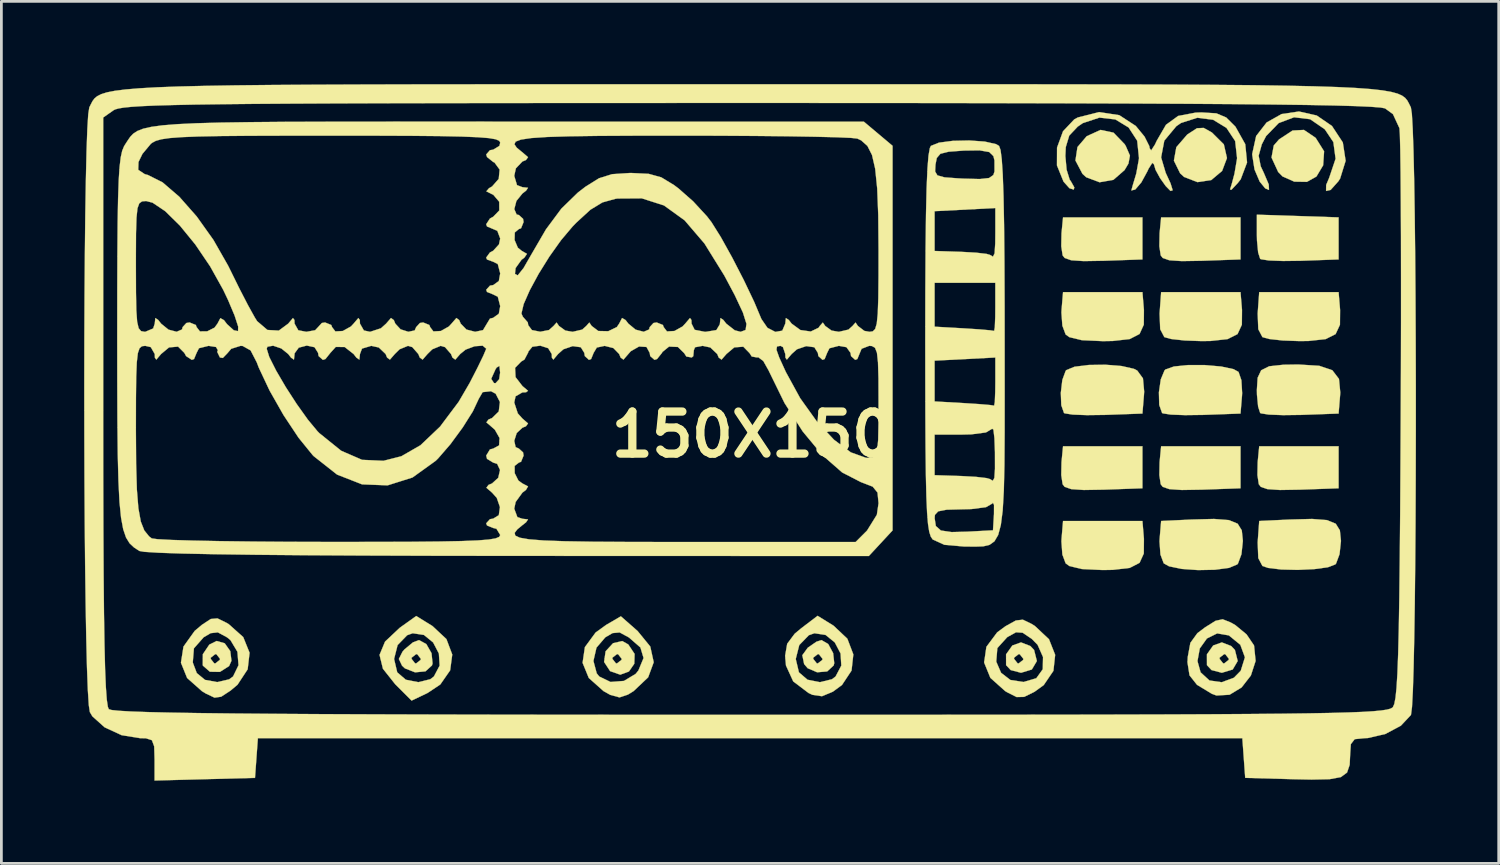
<source format=kicad_pcb>
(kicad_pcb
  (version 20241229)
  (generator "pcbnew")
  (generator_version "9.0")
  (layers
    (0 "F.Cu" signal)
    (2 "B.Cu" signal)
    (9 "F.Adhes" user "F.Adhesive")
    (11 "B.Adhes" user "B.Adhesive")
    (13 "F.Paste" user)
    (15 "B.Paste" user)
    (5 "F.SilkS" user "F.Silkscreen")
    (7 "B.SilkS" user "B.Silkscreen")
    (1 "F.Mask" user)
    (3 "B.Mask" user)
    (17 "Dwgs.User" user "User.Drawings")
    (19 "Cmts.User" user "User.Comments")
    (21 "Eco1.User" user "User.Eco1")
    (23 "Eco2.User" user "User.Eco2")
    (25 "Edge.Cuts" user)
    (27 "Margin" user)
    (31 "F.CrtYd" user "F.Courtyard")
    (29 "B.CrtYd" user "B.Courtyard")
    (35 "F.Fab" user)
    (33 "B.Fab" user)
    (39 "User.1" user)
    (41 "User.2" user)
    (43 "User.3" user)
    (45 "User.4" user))
  (footprint "150X150"
    (layer "F.Cu")
    (at 24.229 12.705)
    (property "Reference" "150X150" (at 0 0 0) (layer "F.SilkS") (effects (font (size 1.524 1.524) (thickness 0.3))))
    (attr through_hole)
    (fp_poly (pts (xy 14.139 -6.35) (xy 12.74 -6.301) (xy 12.012 -6.289) (xy 11.559 -6.319) (xy 11.32 -6.402) (xy 11.246 -6.496) (xy 11.196 -6.829) (xy 11.205 -7.293) (xy 11.206 -7.308) (xy 11.261 -7.874) (xy 14.139 -7.874) (xy 14.139 -6.35)) (stroke (width 0.01) (type solid)) (fill yes) (layer "F.SilkS"))
    (fp_poly (pts (xy 14.139 1.947) (xy 12.74 1.997) (xy 12.012 2.009) (xy 11.559 1.978) (xy 11.32 1.896) (xy 11.246 1.801) (xy 11.196 1.469) (xy 11.205 1.004) (xy 11.206 0.99) (xy 11.261 0.423) (xy 14.139 0.423) (xy 14.139 1.947)) (stroke (width 0.01) (type solid)) (fill yes) (layer "F.SilkS"))
    (fp_poly (pts (xy 17.695 -6.35) (xy 16.296 -6.301) (xy 15.568 -6.289) (xy 15.115 -6.319) (xy 14.876 -6.402) (xy 14.802 -6.496) (xy 14.752 -6.829) (xy 14.761 -7.293) (xy 14.762 -7.308) (xy 14.817 -7.874) (xy 17.695 -7.874) (xy 17.695 -6.35)) (stroke (width 0.01) (type solid)) (fill yes) (layer "F.SilkS"))
    (fp_poly (pts (xy 17.695 1.947) (xy 16.296 1.997) (xy 15.568 2.009) (xy 15.115 1.978) (xy 14.876 1.896) (xy 14.802 1.801) (xy 14.752 1.469) (xy 14.761 1.004) (xy 14.762 0.99) (xy 14.817 0.423) (xy 17.695 0.423) (xy 17.695 1.947)) (stroke (width 0.01) (type solid)) (fill yes) (layer "F.SilkS"))
    (fp_poly (pts (xy 21.251 -7.874) (xy 21.251 -6.35) (xy 19.889 -6.301) (xy 19.239 -6.293) (xy 18.724 -6.312) (xy 18.435 -6.357) (xy 18.407 -6.372) (xy 18.334 -6.601) (xy 18.292 -7.037) (xy 18.288 -7.231) (xy 18.288 -7.972) (xy 21.251 -7.874)) (stroke (width 0.01) (type solid)) (fill yes) (layer "F.SilkS"))
    (fp_poly (pts (xy 21.251 1.947) (xy 19.852 1.997) (xy 19.124 2.009) (xy 18.671 1.978) (xy 18.432 1.896) (xy 18.358 1.801) (xy 18.308 1.469) (xy 18.317 1.004) (xy 18.318 0.99) (xy 18.373 0.423) (xy 21.251 0.423) (xy 21.251 1.947)) (stroke (width 0.01) (type solid)) (fill yes) (layer "F.SilkS"))
    (fp_poly (pts (xy 13.091 -10.946) (xy 13.497 -10.525) (xy 13.537 -10.458) (xy 13.686 -10.114) (xy 13.632 -9.825) (xy 13.49 -9.587) (xy 13.087 -9.236) (xy 12.584 -9.147) (xy 12.101 -9.329) (xy 11.964 -9.454) (xy 11.71 -9.937) (xy 11.784 -10.424) (xy 12.118 -10.816) (xy 12.62 -11.045) (xy 13.091 -10.946)) (stroke (width 0.01) (type solid)) (fill yes) (layer "F.SilkS"))
    (fp_poly (pts (xy 14.193 -4.518) (xy 14.189 -3.985) (xy 14.035 -3.647) (xy 13.678 -3.463) (xy 13.064 -3.393) (xy 12.7 -3.387) (xy 11.943 -3.422) (xy 11.489 -3.532) (xy 11.355 -3.629) (xy 11.236 -3.949) (xy 11.202 -4.425) (xy 11.207 -4.518) (xy 11.261 -5.165) (xy 14.139 -5.165) (xy 14.193 -4.518)) (stroke (width 0.01) (type solid)) (fill yes) (layer "F.SilkS"))
    (fp_poly (pts (xy 14.193 3.779) (xy 14.189 4.312) (xy 14.035 4.65) (xy 13.678 4.834) (xy 13.064 4.905) (xy 12.7 4.911) (xy 11.943 4.875) (xy 11.489 4.766) (xy 11.355 4.668) (xy 11.236 4.349) (xy 11.202 3.872) (xy 11.207 3.779) (xy 11.261 3.133) (xy 14.139 3.133) (xy 14.193 3.779)) (stroke (width 0.01) (type solid)) (fill yes) (layer "F.SilkS"))
    (fp_poly (pts (xy 16.657 -10.952) (xy 17.091 -10.521) (xy 17.204 -10.025) (xy 17.028 -9.559) (xy 16.634 -9.227) (xy 16.134 -9.152) (xy 15.65 -9.339) (xy 15.507 -9.469) (xy 15.28 -9.931) (xy 15.368 -10.42) (xy 15.759 -10.872) (xy 15.781 -10.889) (xy 16.116 -11.106) (xy 16.36 -11.118) (xy 16.657 -10.952)) (stroke (width 0.01) (type solid)) (fill yes) (layer "F.SilkS"))
    (fp_poly (pts (xy 17.749 -4.518) (xy 17.744 -3.982) (xy 17.587 -3.643) (xy 17.225 -3.461) (xy 16.604 -3.393) (xy 16.278 -3.389) (xy 15.668 -3.411) (xy 15.179 -3.465) (xy 14.933 -3.533) (xy 14.783 -3.819) (xy 14.761 -4.383) (xy 14.763 -4.419) (xy 14.817 -5.165) (xy 17.695 -5.165) (xy 17.749 -4.518)) (stroke (width 0.01) (type solid)) (fill yes) (layer "F.SilkS"))
    (fp_poly (pts (xy 20.405 -10.768) (xy 20.425 -10.748) (xy 20.725 -10.27) (xy 20.691 -9.762) (xy 20.448 -9.356) (xy 20.103 -9.162) (xy 19.645 -9.169) (xy 19.219 -9.358) (xy 19.06 -9.52) (xy 18.819 -10.044) (xy 18.901 -10.482) (xy 19.092 -10.701) (xy 19.581 -11.023) (xy 19.994 -11.045) (xy 20.405 -10.768)) (stroke (width 0.01) (type solid)) (fill yes) (layer "F.SilkS"))
    (fp_poly (pts (xy 21.305 -4.518) (xy 21.3 -3.982) (xy 21.143 -3.643) (xy 20.781 -3.461) (xy 20.16 -3.393) (xy 19.834 -3.389) (xy 19.224 -3.411) (xy 18.735 -3.465) (xy 18.489 -3.533) (xy 18.339 -3.819) (xy 18.317 -4.383) (xy 18.319 -4.419) (xy 18.373 -5.165) (xy 21.251 -5.165) (xy 21.305 -4.518)) (stroke (width 0.01) (type solid)) (fill yes) (layer "F.SilkS"))
    (fp_poly (pts (xy 20.55 -2.493) (xy 21.025 -2.331) (xy 21.264 -2.018) (xy 21.312 -1.522) (xy 21.306 -1.433) (xy 21.251 -0.762) (xy 19.889 -0.713) (xy 19.239 -0.705) (xy 18.724 -0.724) (xy 18.435 -0.769) (xy 18.407 -0.784) (xy 18.333 -1.014) (xy 18.291 -1.447) (xy 18.288 -1.619) (xy 18.316 -2.059) (xy 18.444 -2.332) (xy 18.735 -2.476) (xy 19.254 -2.532) (xy 19.793 -2.54) (xy 20.55 -2.493)) (stroke (width 0.01) (type solid)) (fill yes) (layer "F.SilkS"))
    (fp_poly (pts (xy 13.384 -2.485) (xy 13.829 -2.384) (xy 13.95 -2.322) (xy 14.158 -2.038) (xy 14.202 -1.557) (xy 14.194 -1.433) (xy 14.139 -0.762) (xy 12.777 -0.713) (xy 12.127 -0.705) (xy 11.612 -0.724) (xy 11.323 -0.769) (xy 11.295 -0.784) (xy 11.197 -1.063) (xy 11.18 -1.513) (xy 11.235 -1.98) (xy 11.355 -2.308) (xy 11.379 -2.337) (xy 11.677 -2.459) (xy 12.189 -2.523) (xy 12.798 -2.532) (xy 13.384 -2.485)) (stroke (width 0.01) (type solid)) (fill yes) (layer "F.SilkS"))
    (fp_poly (pts (xy 16.404 -2.519) (xy 16.991 -2.468) (xy 17.442 -2.372) (xy 17.623 -2.271) (xy 17.727 -1.97) (xy 17.754 -1.506) (xy 17.749 -1.409) (xy 17.695 -0.762) (xy 16.333 -0.713) (xy 15.683 -0.705) (xy 15.168 -0.724) (xy 14.879 -0.769) (xy 14.851 -0.784) (xy 14.748 -1.073) (xy 14.736 -1.529) (xy 14.804 -1.999) (xy 14.94 -2.326) (xy 14.972 -2.359) (xy 15.281 -2.468) (xy 15.796 -2.52) (xy 16.404 -2.519)) (stroke (width 0.01) (type solid)) (fill yes) (layer "F.SilkS"))
    (fp_poly (pts (xy 17.274 3.101) (xy 17.591 3.231) (xy 17.741 3.472) (xy 17.78 3.847) (xy 17.78 3.864) (xy 17.729 4.337) (xy 17.604 4.674) (xy 17.577 4.707) (xy 17.278 4.833) (xy 16.766 4.901) (xy 16.157 4.913) (xy 15.564 4.871) (xy 15.104 4.776) (xy 14.911 4.668) (xy 14.792 4.349) (xy 14.758 3.872) (xy 14.763 3.779) (xy 14.817 3.133) (xy 15.912 3.081) (xy 16.733 3.059) (xy 17.274 3.101)) (stroke (width 0.01) (type solid)) (fill yes) (layer "F.SilkS"))
    (fp_poly (pts (xy 20.83 3.101) (xy 21.147 3.231) (xy 21.297 3.472) (xy 21.336 3.847) (xy 21.336 3.864) (xy 21.285 4.337) (xy 21.16 4.674) (xy 21.133 4.707) (xy 20.862 4.811) (xy 20.369 4.878) (xy 19.767 4.906) (xy 19.17 4.892) (xy 18.694 4.834) (xy 18.489 4.764) (xy 18.339 4.479) (xy 18.317 3.914) (xy 18.319 3.878) (xy 18.373 3.133) (xy 19.468 3.081) (xy 20.289 3.059) (xy 20.83 3.101)) (stroke (width 0.01) (type solid)) (fill yes) (layer "F.SilkS"))
    (fp_poly (pts (xy -4.502 7.608) (xy -4.272 7.952) (xy -4.283 8.308) (xy -4.477 8.589) (xy -4.792 8.705) (xy -5.16 8.576) (xy -5.378 8.244) (xy -5.362 8.128) (xy -5.08 8.128) (xy -4.951 8.292) (xy -4.911 8.297) (xy -4.746 8.168) (xy -4.741 8.128) (xy -4.87 7.964) (xy -4.911 7.959) (xy -5.075 8.088) (xy -5.08 8.128) (xy -5.362 8.128) (xy -5.323 7.856) (xy -5.052 7.563) (xy -4.719 7.486) (xy -4.502 7.608)) (stroke (width 0.01) (type solid)) (fill yes) (layer "F.SilkS"))
    (fp_poly (pts (xy 10.077 7.667) (xy 10.211 7.809) (xy 10.312 8.209) (xy 10.13 8.517) (xy 9.737 8.636) (xy 9.362 8.537) (xy 9.196 8.359) (xy 9.196 8.128) (xy 9.483 8.128) (xy 9.612 8.292) (xy 9.652 8.297) (xy 9.816 8.168) (xy 9.821 8.128) (xy 9.692 7.964) (xy 9.652 7.959) (xy 9.488 8.088) (xy 9.483 8.128) (xy 9.196 8.128) (xy 9.195 7.967) (xy 9.423 7.647) (xy 9.737 7.535) (xy 10.077 7.667)) (stroke (width 0.01) (type solid)) (fill yes) (layer "F.SilkS"))
    (fp_poly (pts (xy 17.358 7.667) (xy 17.492 7.809) (xy 17.593 8.209) (xy 17.412 8.517) (xy 17.018 8.636) (xy 16.643 8.537) (xy 16.478 8.359) (xy 16.477 8.128) (xy 16.933 8.128) (xy 17.062 8.292) (xy 17.103 8.297) (xy 17.267 8.168) (xy 17.272 8.128) (xy 17.143 7.964) (xy 17.103 7.959) (xy 16.938 8.088) (xy 16.933 8.128) (xy 16.477 8.128) (xy 16.477 7.967) (xy 16.704 7.647) (xy 17.018 7.535) (xy 17.358 7.667)) (stroke (width 0.01) (type solid)) (fill yes) (layer "F.SilkS"))
    (fp_poly (pts (xy -19.132 7.567) (xy -18.93 7.852) (xy -18.888 8.201) (xy -18.974 8.393) (xy -19.306 8.604) (xy -19.67 8.598) (xy -19.92 8.38) (xy -19.929 8.359) (xy -19.927 8.128) (xy -19.643 8.128) (xy -19.514 8.292) (xy -19.473 8.297) (xy -19.309 8.168) (xy -19.304 8.128) (xy -19.433 7.964) (xy -19.473 7.959) (xy -19.638 8.088) (xy -19.643 8.128) (xy -19.927 8.128) (xy -19.925 7.962) (xy -19.69 7.615) (xy -19.424 7.483) (xy -19.132 7.567)) (stroke (width 0.01) (type solid)) (fill yes) (layer "F.SilkS"))
    (fp_poly (pts (xy 2.748 7.594) (xy 2.926 7.924) (xy 2.966 8.287) (xy 2.945 8.37) (xy 2.71 8.587) (xy 2.346 8.618) (xy 2.001 8.47) (xy 1.874 8.319) (xy 1.835 8.128) (xy 2.201 8.128) (xy 2.33 8.292) (xy 2.371 8.297) (xy 2.535 8.168) (xy 2.54 8.128) (xy 2.411 7.964) (xy 2.371 7.959) (xy 2.206 8.088) (xy 2.201 8.128) (xy 1.835 8.128) (xy 1.808 8) (xy 2.008 7.726) (xy 2.32 7.51) (xy 2.505 7.451) (xy 2.748 7.594)) (stroke (width 0.01) (type solid)) (fill yes) (layer "F.SilkS"))
    (fp_poly (pts (xy -11.823 7.595) (xy -11.634 7.927) (xy -11.597 8.297) (xy -11.618 8.37) (xy -11.854 8.584) (xy -12.23 8.62) (xy -12.599 8.476) (xy -12.703 8.379) (xy -12.819 8.136) (xy -12.815 8.128) (xy -12.361 8.128) (xy -12.232 8.292) (xy -12.192 8.297) (xy -12.028 8.168) (xy -12.023 8.128) (xy -12.152 7.964) (xy -12.192 7.959) (xy -12.356 8.088) (xy -12.361 8.128) (xy -12.815 8.128) (xy -12.687 7.872) (xy -12.612 7.786) (xy -12.307 7.533) (xy -12.087 7.451) (xy -11.823 7.595)) (stroke (width 0.01) (type solid)) (fill yes) (layer "F.SilkS"))
    (fp_poly (pts (xy -11.597 6.944) (xy -11.094 7.415) (xy -10.883 7.974) (xy -10.959 8.547) (xy -11.316 9.06) (xy -11.776 9.367) (xy -12.357 9.645) (xy -12.952 9.05) (xy -13.396 8.49) (xy -13.483 8.135) (xy -12.992 8.135) (xy -12.878 8.62) (xy -12.567 8.888) (xy -12.115 8.977) (xy -11.679 8.87) (xy -11.549 8.771) (xy -11.34 8.376) (xy -11.368 7.936) (xy -11.577 7.536) (xy -11.911 7.264) (xy -12.316 7.203) (xy -12.517 7.274) (xy -12.864 7.631) (xy -12.992 8.135) (xy -13.483 8.135) (xy -13.519 7.987) (xy -13.319 7.506) (xy -12.79 7.008) (xy -12.699 6.942) (xy -12.189 6.578) (xy -11.597 6.944)) (stroke (width 0.01) (type solid)) (fill yes) (layer "F.SilkS"))
    (fp_poly (pts (xy -4.163 7.122) (xy -3.704 7.685) (xy -3.579 8.254) (xy -3.781 8.801) (xy -4.308 9.3) (xy -4.514 9.427) (xy -4.819 9.529) (xy -5.155 9.437) (xy -5.4 9.3) (xy -5.933 8.824) (xy -6.158 8.274) (xy -6.148 8.207) (xy -5.765 8.207) (xy -5.645 8.657) (xy -5.554 8.771) (xy -5.145 8.969) (xy -4.657 8.931) (xy -4.234 8.676) (xy -4.134 8.553) (xy -3.947 8.101) (xy -4.061 7.719) (xy -4.478 7.356) (xy -4.813 7.174) (xy -5.071 7.197) (xy -5.334 7.35) (xy -5.654 7.724) (xy -5.765 8.207) (xy -6.148 8.207) (xy -6.074 7.705) (xy -5.686 7.177) (xy -5.306 6.902) (xy -4.77 6.589) (xy -4.163 7.122)) (stroke (width 0.01) (type solid)) (fill yes) (layer "F.SilkS"))
    (fp_poly (pts (xy 2.941 6.929) (xy 3.441 7.401) (xy 3.658 7.97) (xy 3.593 8.556) (xy 3.246 9.079) (xy 2.917 9.321) (xy 2.521 9.486) (xy 2.177 9.436) (xy 2.035 9.37) (xy 1.479 8.949) (xy 1.216 8.373) (xy 1.195 8.135) (xy 1.57 8.135) (xy 1.685 8.62) (xy 1.996 8.888) (xy 2.448 8.977) (xy 2.883 8.87) (xy 3.014 8.771) (xy 3.222 8.376) (xy 3.195 7.936) (xy 2.986 7.536) (xy 2.651 7.264) (xy 2.247 7.203) (xy 2.045 7.274) (xy 1.698 7.631) (xy 1.57 8.135) (xy 1.195 8.135) (xy 1.185 8.02) (xy 1.26 7.584) (xy 1.533 7.219) (xy 1.773 7.019) (xy 2.362 6.571) (xy 2.941 6.929)) (stroke (width 0.01) (type solid)) (fill yes) (layer "F.SilkS"))
    (fp_poly (pts (xy 20.457 -11.568) (xy 21.01 -11.189) (xy 21.404 -10.59) (xy 21.506 -9.925) (xy 21.306 -9.282) (xy 21.242 -9.182) (xy 20.962 -8.869) (xy 20.797 -8.832) (xy 20.8 -9.051) (xy 20.908 -9.305) (xy 21.142 -10) (xy 21.061 -10.604) (xy 20.751 -11.067) (xy 20.219 -11.433) (xy 19.636 -11.503) (xy 19.079 -11.293) (xy 18.623 -10.823) (xy 18.467 -10.523) (xy 18.352 -10.109) (xy 18.427 -9.727) (xy 18.541 -9.484) (xy 18.718 -9.069) (xy 18.728 -8.87) (xy 18.591 -8.925) (xy 18.39 -9.171) (xy 18.203 -9.609) (xy 18.119 -10.143) (xy 18.119 -10.175) (xy 18.262 -10.825) (xy 18.642 -11.315) (xy 19.184 -11.62) (xy 19.814 -11.713) (xy 20.457 -11.568)) (stroke (width 0.01) (type solid)) (fill yes) (layer "F.SilkS"))
    (fp_poly (pts (xy -19.063 6.827) (xy -18.988 6.872) (xy -18.461 7.342) (xy -18.231 7.911) (xy -18.3 8.509) (xy -18.668 9.069) (xy -18.924 9.284) (xy -19.261 9.504) (xy -19.501 9.538) (xy -19.811 9.392) (xy -19.956 9.304) (xy -20.495 8.826) (xy -20.719 8.272) (xy -20.718 8.263) (xy -20.29 8.263) (xy -20.145 8.647) (xy -19.846 8.894) (xy -19.402 8.974) (xy -18.972 8.874) (xy -18.83 8.771) (xy -18.632 8.362) (xy -18.671 7.875) (xy -18.926 7.45) (xy -19.05 7.35) (xy -19.381 7.171) (xy -19.642 7.2) (xy -19.897 7.35) (xy -20.249 7.75) (xy -20.29 8.263) (xy -20.718 8.263) (xy -20.627 7.686) (xy -20.22 7.117) (xy -19.957 6.896) (xy -19.638 6.686) (xy -19.396 6.664) (xy -19.063 6.827)) (stroke (width 0.01) (type solid)) (fill yes) (layer "F.SilkS"))
    (fp_poly (pts (xy 10.107 6.857) (xy 10.238 6.938) (xy 10.751 7.419) (xy 10.975 7.986) (xy 10.912 8.566) (xy 10.56 9.083) (xy 10.223 9.327) (xy 9.85 9.51) (xy 9.578 9.516) (xy 9.231 9.341) (xy 9.16 9.298) (xy 8.626 8.82) (xy 8.4 8.265) (xy 8.404 8.233) (xy 8.839 8.233) (xy 9.015 8.638) (xy 9.352 8.897) (xy 9.83 8.97) (xy 10.289 8.834) (xy 10.294 8.831) (xy 10.525 8.509) (xy 10.535 8.066) (xy 10.338 7.622) (xy 10.127 7.407) (xy 9.795 7.184) (xy 9.554 7.168) (xy 9.238 7.344) (xy 8.879 7.74) (xy 8.839 8.233) (xy 8.404 8.233) (xy 8.482 7.695) (xy 8.873 7.17) (xy 9.175 6.948) (xy 9.549 6.741) (xy 9.803 6.711) (xy 10.107 6.857)) (stroke (width 0.01) (type solid)) (fill yes) (layer "F.SilkS"))
    (fp_poly (pts (xy 17.337 6.811) (xy 17.509 6.909) (xy 17.913 7.243) (xy 18.179 7.635) (xy 18.187 7.655) (xy 18.242 8.207) (xy 18.071 8.734) (xy 17.735 9.167) (xy 17.299 9.432) (xy 16.824 9.46) (xy 16.655 9.398) (xy 16.118 9.073) (xy 15.846 8.729) (xy 15.773 8.265) (xy 15.775 8.213) (xy 16.134 8.213) (xy 16.248 8.62) (xy 16.569 8.915) (xy 17.012 8.979) (xy 17.455 8.816) (xy 17.703 8.563) (xy 17.855 8.076) (xy 17.688 7.621) (xy 17.272 7.281) (xy 16.849 7.208) (xy 16.477 7.392) (xy 16.218 7.754) (xy 16.134 8.213) (xy 15.775 8.213) (xy 15.782 8.064) (xy 15.877 7.551) (xy 16.132 7.199) (xy 16.409 6.99) (xy 16.79 6.752) (xy 17.048 6.696) (xy 17.337 6.811)) (stroke (width 0.01) (type solid)) (fill yes) (layer "F.SilkS"))
    (fp_poly (pts (xy 13.3 -11.579) (xy 13.898 -11.189) (xy 14.215 -10.803) (xy 14.389 -10.456) (xy 14.4 -10.385) (xy 14.455 -10.301) (xy 14.594 -10.516) (xy 14.657 -10.651) (xy 14.993 -11.231) (xy 15.433 -11.551) (xy 16.069 -11.672) (xy 16.283 -11.679) (xy 16.819 -11.646) (xy 17.176 -11.496) (xy 17.511 -11.163) (xy 17.867 -10.527) (xy 17.932 -9.864) (xy 17.702 -9.256) (xy 17.596 -9.12) (xy 17.367 -8.877) (xy 17.314 -8.886) (xy 17.37 -9.059) (xy 17.476 -9.458) (xy 17.564 -9.975) (xy 17.57 -10.025) (xy 17.501 -10.642) (xy 17.186 -11.118) (xy 16.702 -11.413) (xy 16.128 -11.486) (xy 15.539 -11.297) (xy 15.367 -11.179) (xy 14.932 -10.656) (xy 14.816 -10.049) (xy 14.982 -9.49) (xy 15.158 -9.109) (xy 15.234 -8.864) (xy 15.234 -8.856) (xy 15.157 -8.832) (xy 14.983 -9.01) (xy 14.78 -9.296) (xy 14.615 -9.597) (xy 14.556 -9.798) (xy 14.497 -9.851) (xy 14.36 -9.636) (xy 14.319 -9.545) (xy 14.1 -9.143) (xy 13.884 -8.89) (xy 13.873 -8.883) (xy 13.737 -8.85) (xy 13.797 -9.069) (xy 13.799 -9.074) (xy 13.915 -9.461) (xy 14.008 -9.972) (xy 14.014 -10.024) (xy 13.949 -10.653) (xy 13.638 -11.133) (xy 13.157 -11.425) (xy 12.579 -11.491) (xy 11.979 -11.292) (xy 11.792 -11.164) (xy 11.485 -10.839) (xy 11.36 -10.422) (xy 11.345 -10.097) (xy 11.39 -9.602) (xy 11.502 -9.242) (xy 11.546 -9.181) (xy 11.67 -8.96) (xy 11.648 -8.882) (xy 11.494 -8.93) (xy 11.278 -9.171) (xy 11.04 -9.758) (xy 11.043 -10.403) (xy 11.26 -10.996) (xy 11.669 -11.428) (xy 11.795 -11.496) (xy 12.569 -11.691) (xy 13.3 -11.579)) (stroke (width 0.01) (type solid)) (fill yes) (layer "F.SilkS"))
    (fp_poly (pts (xy 8.424 -10.622) (xy 8.834 -10.529) (xy 8.941 -10.465) (xy 8.995 -10.318) (xy 9.039 -9.98) (xy 9.075 -9.43) (xy 9.103 -8.645) (xy 9.123 -7.603) (xy 9.136 -6.282) (xy 9.143 -4.66) (xy 9.144 -3.329) (xy 9.145 -1.554) (xy 9.144 -0.087) (xy 9.136 1.1) (xy 9.114 2.036) (xy 9.073 2.752) (xy 9.006 3.276) (xy 8.909 3.639) (xy 8.774 3.87) (xy 8.597 3.997) (xy 8.371 4.052) (xy 8.09 4.062) (xy 7.749 4.059) (xy 7.674 4.059) (xy 6.96 3.997) (xy 6.539 3.805) (xy 6.531 3.798) (xy 6.465 3.698) (xy 6.41 3.525) (xy 6.366 3.246) (xy 6.347 3.02) (xy 6.604 3.02) (xy 6.649 3.316) (xy 6.832 3.478) (xy 7.22 3.535) (xy 7.783 3.521) (xy 8.721 3.471) (xy 8.757 2.879) (xy 8.758 2.549) (xy 8.717 2.469) (xy 8.7 2.498) (xy 8.468 2.632) (xy 7.939 2.701) (xy 7.606 2.709) (xy 7.039 2.724) (xy 6.735 2.783) (xy 6.617 2.909) (xy 6.604 3.02) (xy 6.347 3.02) (xy 6.332 2.832) (xy 6.306 2.252) (xy 6.288 1.474) (xy 6.276 0.467) (xy 6.273 0) (xy 6.604 0) (xy 6.604 1.472) (xy 7.569 1.503) (xy 8.107 1.533) (xy 8.49 1.578) (xy 8.613 1.614) (xy 8.714 1.676) (xy 8.771 1.571) (xy 8.793 1.242) (xy 8.792 0.635) (xy 8.773 0.127) (xy 8.737 -0.177) (xy 8.693 -0.212) (xy 8.465 -0.077) (xy 7.936 -0.008) (xy 7.606 0) (xy 6.604 0) (xy 6.273 0) (xy 6.269 -0.799) (xy 6.266 -2.355) (xy 6.266 -2.68) (xy 6.604 -2.68) (xy 6.604 -1.201) (xy 7.662 -1.141) (xy 8.219 -1.105) (xy 8.618 -1.071) (xy 8.763 -1.049) (xy 8.787 -1.182) (xy 8.802 -1.56) (xy 8.806 -1.905) (xy 8.806 -2.794) (xy 6.604 -2.68) (xy 6.266 -2.68) (xy 6.265 -3.365) (xy 6.268 -5.207) (xy 6.27 -5.503) (xy 6.604 -5.503) (xy 6.604 -3.911) (xy 7.662 -3.851) (xy 8.219 -3.815) (xy 8.618 -3.78) (xy 8.763 -3.758) (xy 8.787 -3.891) (xy 8.802 -4.269) (xy 8.805 -4.614) (xy 8.805 -5.503) (xy 6.604 -5.503) (xy 6.27 -5.503) (xy 6.277 -6.732) (xy 6.292 -7.963) (xy 6.295 -8.099) (xy 6.604 -8.099) (xy 6.604 -6.656) (xy 7.569 -6.625) (xy 8.107 -6.595) (xy 8.49 -6.55) (xy 8.613 -6.514) (xy 8.72 -6.45) (xy 8.779 -6.569) (xy 8.802 -6.931) (xy 8.806 -7.324) (xy 8.806 -8.213) (xy 6.604 -8.099) (xy 6.295 -8.099) (xy 6.314 -8.921) (xy 6.341 -9.538) (xy 6.623 -9.538) (xy 6.707 -9.397) (xy 6.96 -9.326) (xy 7.458 -9.289) (xy 7.652 -9.279) (xy 8.244 -9.264) (xy 8.578 -9.301) (xy 8.733 -9.409) (xy 8.776 -9.537) (xy 8.775 -9.94) (xy 8.736 -10.096) (xy 8.585 -10.243) (xy 8.234 -10.304) (xy 7.664 -10.296) (xy 7.113 -10.255) (xy 6.814 -10.18) (xy 6.683 -10.027) (xy 6.636 -9.787) (xy 6.623 -9.538) (xy 6.341 -9.538) (xy 6.344 -9.63) (xy 6.383 -10.11) (xy 6.431 -10.385) (xy 6.469 -10.465) (xy 6.761 -10.583) (xy 7.265 -10.649) (xy 7.86 -10.662) (xy 8.424 -10.622)) (stroke (width 0.01) (type solid)) (fill yes) (layer "F.SilkS"))
    (fp_poly (pts (xy -1.125 -12.7) (xy -0.085 -12.7) (xy 3.206 -12.7) (xy 6.175 -12.7) (xy 8.84 -12.7) (xy 11.216 -12.698) (xy 13.32 -12.694) (xy 15.171 -12.688) (xy 16.784 -12.678) (xy 18.176 -12.666) (xy 19.364 -12.648) (xy 20.365 -12.626) (xy 21.196 -12.599) (xy 21.873 -12.566) (xy 22.415 -12.526) (xy 22.836 -12.479) (xy 23.155 -12.424) (xy 23.388 -12.361) (xy 23.551 -12.289) (xy 23.663 -12.207) (xy 23.739 -12.116) (xy 23.796 -12.013) (xy 23.852 -11.9) (xy 23.871 -11.863) (xy 23.907 -11.629) (xy 23.938 -11.092) (xy 23.966 -10.287) (xy 23.99 -9.249) (xy 24.01 -8.015) (xy 24.026 -6.618) (xy 24.038 -5.096) (xy 24.046 -3.482) (xy 24.051 -1.812) (xy 24.051 -0.123) (xy 24.047 1.551) (xy 24.04 3.175) (xy 24.028 4.713) (xy 24.013 6.13) (xy 23.993 7.39) (xy 23.97 8.458) (xy 23.943 9.299) (xy 23.912 9.876) (xy 23.876 10.156) (xy 23.871 10.169) (xy 23.507 10.556) (xy 22.942 10.856) (xy 22.312 11.002) (xy 22.191 11.007) (xy 21.835 11.043) (xy 21.695 11.223) (xy 21.672 11.557) (xy 21.652 11.975) (xy 21.557 12.253) (xy 21.333 12.418) (xy 20.923 12.494) (xy 20.271 12.508) (xy 19.629 12.495) (xy 17.865 12.446) (xy 17.813 11.726) (xy 17.761 11.007) (xy -17.93 11.007) (xy -17.982 11.726) (xy -18.034 12.446) (xy -21.675 12.542) (xy -21.675 11.774) (xy -21.689 11.304) (xy -21.772 11.08) (xy -21.989 11.011) (xy -22.199 11.007) (xy -22.871 10.898) (xy -23.488 10.612) (xy -23.931 10.214) (xy -24.022 10.059) (xy -24.06 9.807) (xy -24.095 9.254) (xy -24.126 8.434) (xy -24.152 7.384) (xy -24.174 6.139) (xy -24.193 4.735) (xy -24.207 3.206) (xy -24.217 1.589) (xy -24.222 -0.08) (xy -24.224 -1.767) (xy -24.221 -3.436) (xy -24.214 -5.051) (xy -24.202 -6.577) (xy -24.187 -7.977) (xy -24.166 -9.217) (xy -24.142 -10.261) (xy -24.113 -11.074) (xy -24.087 -11.495) (xy -23.537 -11.495) (xy -23.537 -0.871) (xy -23.536 1.428) (xy -23.531 3.407) (xy -23.522 5.084) (xy -23.509 6.479) (xy -23.491 7.61) (xy -23.469 8.496) (xy -23.441 9.156) (xy -23.408 9.608) (xy -23.369 9.871) (xy -23.334 9.957) (xy -23.228 9.987) (xy -22.965 10.014) (xy -22.531 10.039) (xy -21.914 10.061) (xy -21.099 10.08) (xy -20.075 10.097) (xy -18.827 10.112) (xy -17.343 10.124) (xy -15.61 10.135) (xy -13.614 10.143) (xy -11.342 10.15) (xy -8.781 10.155) (xy -5.918 10.158) (xy -2.739 10.16) (xy -0.072 10.16) (xy 3.199 10.16) (xy 6.147 10.159) (xy 8.79 10.157) (xy 11.145 10.155) (xy 13.228 10.151) (xy 15.056 10.146) (xy 16.646 10.139) (xy 18.014 10.13) (xy 19.178 10.12) (xy 20.153 10.107) (xy 20.957 10.092) (xy 21.607 10.074) (xy 22.119 10.054) (xy 22.51 10.03) (xy 22.796 10.003) (xy 22.995 9.973) (xy 23.123 9.94) (xy 23.197 9.902) (xy 23.22 9.88) (xy 23.27 9.767) (xy 23.314 9.542) (xy 23.351 9.181) (xy 23.383 8.661) (xy 23.41 7.957) (xy 23.433 7.048) (xy 23.452 5.908) (xy 23.468 4.515) (xy 23.483 2.844) (xy 23.495 0.873) (xy 23.502 -0.492) (xy 23.51 -2.324) (xy 23.514 -4.067) (xy 23.514 -5.689) (xy 23.512 -7.158) (xy 23.506 -8.444) (xy 23.498 -9.513) (xy 23.486 -10.336) (xy 23.472 -10.88) (xy 23.457 -11.108) (xy 23.221 -11.618) (xy 22.934 -11.827) (xy 22.773 -11.857) (xy 22.42 -11.884) (xy 21.865 -11.909) (xy 21.095 -11.931) (xy 20.098 -11.95) (xy 18.864 -11.966) (xy 17.381 -11.981) (xy 15.637 -11.993) (xy 13.621 -12.003) (xy 11.322 -12.01) (xy 8.727 -12.016) (xy 5.825 -12.02) (xy 2.606 -12.022) (xy -0.14 -12.023) (xy -3.393 -12.022) (xy -6.325 -12.021) (xy -8.952 -12.019) (xy -11.29 -12.016) (xy -13.357 -12.012) (xy -15.17 -12.006) (xy -16.744 -11.998) (xy -18.098 -11.989) (xy -19.247 -11.977) (xy -20.209 -11.964) (xy -21.001 -11.947) (xy -21.638 -11.929) (xy -22.139 -11.907) (xy -22.519 -11.882) (xy -22.796 -11.854) (xy -22.986 -11.822) (xy -23.107 -11.787) (xy -23.161 -11.759) (xy -23.537 -11.495) (xy -24.087 -11.495) (xy -24.079 -11.619) (xy -24.041 -11.862) (xy -24.04 -11.863) (xy -23.982 -11.98) (xy -23.927 -12.086) (xy -23.858 -12.181) (xy -23.759 -12.265) (xy -23.613 -12.34) (xy -23.404 -12.406) (xy -23.113 -12.463) (xy -22.725 -12.512) (xy -22.222 -12.554) (xy -21.588 -12.59) (xy -20.805 -12.619) (xy -19.858 -12.642) (xy -18.729 -12.661) (xy -17.401 -12.675) (xy -15.857 -12.685) (xy -14.081 -12.692) (xy -12.056 -12.697) (xy -9.764 -12.699) (xy -7.19 -12.7) (xy -4.315 -12.7) (xy -1.125 -12.7)) (stroke (width 0.01) (type solid)) (fill yes) (layer "F.SilkS"))
    (fp_poly (pts (xy -9.075 -11.345) (xy -8.955 -11.345) (xy 4.038 -11.345) (xy 5.08 -10.469) (xy 5.08 3.475) (xy 4.65 3.939) (xy 4.22 4.403) (xy -8.855 4.398) (xy -11.607 4.394) (xy -14.052 4.386) (xy -16.186 4.374) (xy -18.005 4.358) (xy -19.504 4.337) (xy -20.681 4.313) (xy -21.53 4.284) (xy -22.048 4.251) (xy -22.225 4.22) (xy -22.42 4.093) (xy -22.581 3.942) (xy -22.71 3.732) (xy -22.812 3.434) (xy -22.89 3.015) (xy -22.947 2.443) (xy -22.985 1.686) (xy -23.01 0.713) (xy -23.019 -0.158) (xy -22.352 -0.158) (xy -22.344 1.063) (xy -22.317 1.992) (xy -22.262 2.673) (xy -22.175 3.153) (xy -22.047 3.477) (xy -21.873 3.692) (xy -21.776 3.765) (xy -21.57 3.793) (xy -21.063 3.82) (xy -20.296 3.843) (xy -19.307 3.863) (xy -18.135 3.878) (xy -16.818 3.888) (xy -15.396 3.892) (xy -15.367 3.892) (xy -13.733 3.891) (xy -12.407 3.887) (xy -11.358 3.877) (xy -10.555 3.861) (xy -9.967 3.838) (xy -9.562 3.806) (xy -9.311 3.764) (xy -9.182 3.71) (xy -9.144 3.644) (xy -9.144 3.641) (xy -9.28 3.416) (xy -9.398 3.387) (xy -9.623 3.295) (xy -9.652 3.217) (xy -9.515 3.067) (xy -9.398 3.048) (xy -9.195 2.922) (xy -9.154 2.629) (xy -9.269 2.295) (xy -9.44 2.105) (xy -9.645 1.928) (xy -9.569 1.825) (xy -9.44 1.772) (xy -9.216 1.568) (xy -9.151 1.284) (xy -9.255 1.061) (xy -9.398 1.016) (xy -9.622 0.88) (xy -9.652 0.762) (xy -9.516 0.538) (xy -9.398 0.508) (xy -9.185 0.392) (xy -9.168 0.124) (xy -9.339 -0.177) (xy -9.44 -0.266) (xy -9.645 -0.443) (xy -9.569 -0.545) (xy -9.44 -0.599) (xy -9.197 -0.837) (xy -9.157 -1.162) (xy -8.636 -1.162) (xy -8.507 -0.768) (xy -8.34 -0.581) (xy -8.135 -0.404) (xy -8.211 -0.301) (xy -8.34 -0.248) (xy -8.546 -0.056) (xy -8.636 0.226) (xy -8.585 0.455) (xy -8.467 0.508) (xy -8.316 0.645) (xy -8.297 0.762) (xy -8.389 0.987) (xy -8.467 1.016) (xy -8.621 1.136) (xy -8.619 1.4) (xy -8.485 1.666) (xy -8.34 1.772) (xy -8.135 1.878) (xy -8.211 2.007) (xy -8.34 2.105) (xy -8.584 2.442) (xy -8.636 2.686) (xy -8.523 2.991) (xy -8.34 3.053) (xy -8.136 3.075) (xy -8.207 3.18) (xy -8.34 3.284) (xy -8.525 3.437) (xy -8.62 3.562) (xy -8.599 3.662) (xy -8.433 3.74) (xy -8.098 3.798) (xy -7.565 3.84) (xy -6.807 3.867) (xy -5.799 3.884) (xy -4.513 3.892) (xy -2.922 3.895) (xy -2.448 3.895) (xy 3.741 3.895) (xy 4.156 3.479) (xy 4.511 2.907) (xy 4.572 2.49) (xy 4.535 2.103) (xy 4.36 1.888) (xy 3.951 1.73) (xy 3.937 1.726) (xy 3.252 1.373) (xy 2.533 0.743) (xy 1.823 -0.113) (xy 1.164 -1.143) (xy 0.6 -2.295) (xy 0.591 -2.316) (xy 0.394 -2.666) (xy 0.209 -2.805) (xy 0.172 -2.795) (xy -0.025 -2.83) (xy -0.104 -2.953) (xy -0.225 -3.077) (xy 0.87 -3.077) (xy 0.97 -2.796) (xy 1.204 -2.284) (xy 1.214 -2.263) (xy 1.732 -1.316) (xy 2.329 -0.483) (xy 2.956 0.187) (xy 3.567 0.645) (xy 4.115 0.842) (xy 4.191 0.846) (xy 4.352 0.833) (xy 4.459 0.758) (xy 4.524 0.564) (xy 4.558 0.193) (xy 4.57 -0.409) (xy 4.572 -1.185) (xy 4.569 -2.043) (xy 4.552 -2.618) (xy 4.514 -2.967) (xy 4.444 -3.146) (xy 4.333 -3.21) (xy 4.233 -3.217) (xy 3.958 -3.111) (xy 3.895 -2.963) (xy 3.803 -2.738) (xy 3.725 -2.709) (xy 3.575 -2.846) (xy 3.556 -2.963) (xy 3.409 -3.168) (xy 3.133 -3.217) (xy 2.792 -3.129) (xy 2.709 -2.963) (xy 2.618 -2.738) (xy 2.54 -2.709) (xy 2.39 -2.846) (xy 2.371 -2.963) (xy 2.244 -3.166) (xy 1.95 -3.207) (xy 1.614 -3.092) (xy 1.421 -2.921) (xy 1.248 -2.717) (xy 1.196 -2.788) (xy 1.191 -2.921) (xy 1.106 -3.172) (xy 1.016 -3.217) (xy 0.89 -3.194) (xy 0.87 -3.077) (xy -0.225 -3.077) (xy -0.331 -3.186) (xy -0.658 -3.161) (xy -0.943 -2.921) (xy -1.12 -2.717) (xy -1.223 -2.792) (xy -1.276 -2.921) (xy -1.526 -3.158) (xy -1.806 -3.217) (xy -2.082 -3.165) (xy -2.124 -3.06) (xy -2.145 -2.842) (xy -2.2 -2.795) (xy -2.396 -2.83) (xy -2.475 -2.953) (xy -2.703 -3.176) (xy -3.023 -3.19) (xy -3.266 -2.992) (xy -3.279 -2.963) (xy -3.458 -2.739) (xy -3.551 -2.709) (xy -3.706 -2.846) (xy -3.725 -2.963) (xy -3.841 -3.176) (xy -4.11 -3.193) (xy -4.41 -3.022) (xy -4.499 -2.921) (xy -4.676 -2.717) (xy -4.779 -2.792) (xy -4.832 -2.921) (xy -5.041 -3.136) (xy -5.357 -3.216) (xy -5.642 -3.156) (xy -5.757 -2.963) (xy -5.849 -2.738) (xy -5.927 -2.709) (xy -6.077 -2.846) (xy -6.096 -2.963) (xy -6.222 -3.166) (xy -6.516 -3.207) (xy -6.853 -3.092) (xy -7.046 -2.921) (xy -7.218 -2.717) (xy -7.271 -2.788) (xy -7.276 -2.921) (xy -7.406 -3.132) (xy -7.69 -3.223) (xy -7.979 -3.185) (xy -8.127 -3.006) (xy -8.128 -2.981) (xy -8.265 -2.72) (xy -8.382 -2.648) (xy -8.605 -2.42) (xy -8.588 -2.082) (xy -8.34 -1.76) (xy -8.136 -1.587) (xy -8.207 -1.534) (xy -8.34 -1.529) (xy -8.588 -1.387) (xy -8.636 -1.162) (xy -9.157 -1.162) (xy -9.155 -1.182) (xy -9.309 -1.481) (xy -9.477 -1.572) (xy -9.781 -1.538) (xy -9.923 -1.295) (xy -10.136 -0.842) (xy -10.505 -0.256) (xy -10.95 0.35) (xy -11.395 0.864) (xy -11.482 0.95) (xy -12.324 1.556) (xy -13.228 1.841) (xy -14.152 1.805) (xy -15.058 1.451) (xy -15.908 0.781) (xy -15.948 0.739) (xy -16.456 0.113) (xy -17.001 -0.708) (xy -17.506 -1.597) (xy -17.897 -2.427) (xy -17.969 -2.616) (xy -18.194 -3.052) (xy -18.307 -3.115) (xy -17.611 -3.115) (xy -17.517 -2.812) (xy -17.269 -2.32) (xy -16.92 -1.723) (xy -16.519 -1.103) (xy -16.117 -0.54) (xy -15.767 -0.118) (xy -15.701 -0.051) (xy -14.908 0.588) (xy -14.152 0.916) (xy -13.377 0.951) (xy -12.728 0.786) (xy -12.035 0.387) (xy -11.325 -0.288) (xy -10.652 -1.185) (xy -10.256 -1.864) (xy -10.175 -2.02) (xy -9.471 -2.02) (xy -9.37 -1.868) (xy -9.313 -1.863) (xy -9.182 -2.006) (xy -9.147 -2.244) (xy -9.173 -2.491) (xy -9.273 -2.43) (xy -9.313 -2.371) (xy -9.471 -2.02) (xy -10.175 -2.02) (xy -9.968 -2.424) (xy -9.755 -2.863) (xy -9.655 -3.1) (xy -9.652 -3.115) (xy -9.78 -3.223) (xy -10.073 -3.202) (xy -10.397 -3.081) (xy -10.595 -2.921) (xy -10.772 -2.717) (xy -10.875 -2.792) (xy -10.928 -2.921) (xy -11.146 -3.171) (xy -11.302 -3.217) (xy -11.606 -3.092) (xy -11.78 -2.921) (xy -11.958 -2.717) (xy -12.06 -2.792) (xy -12.113 -2.921) (xy -12.332 -3.171) (xy -12.488 -3.217) (xy -12.792 -3.092) (xy -12.966 -2.921) (xy -13.143 -2.717) (xy -13.245 -2.792) (xy -13.299 -2.921) (xy -13.546 -3.157) (xy -13.819 -3.217) (xy -14.155 -3.117) (xy -14.229 -2.921) (xy -14.251 -2.717) (xy -14.356 -2.788) (xy -14.46 -2.921) (xy -14.783 -3.174) (xy -15.106 -3.178) (xy -15.301 -2.963) (xy -15.48 -2.739) (xy -15.573 -2.709) (xy -15.728 -2.846) (xy -15.748 -2.963) (xy -15.875 -3.167) (xy -16.157 -3.227) (xy -16.448 -3.151) (xy -16.598 -2.946) (xy -16.6 -2.921) (xy -16.622 -2.717) (xy -16.727 -2.788) (xy -16.83 -2.921) (xy -17.08 -3.122) (xy -17.376 -3.222) (xy -17.582 -3.186) (xy -17.611 -3.115) (xy -18.307 -3.115) (xy -18.48 -3.212) (xy -18.558 -3.217) (xy -18.897 -3.11) (xy -19.031 -2.953) (xy -19.2 -2.778) (xy -19.306 -2.795) (xy -19.404 -2.998) (xy -19.381 -3.06) (xy -19.449 -3.175) (xy -19.717 -3.217) (xy -20.065 -3.131) (xy -20.151 -2.963) (xy -20.245 -2.738) (xy -20.325 -2.709) (xy -20.532 -2.845) (xy -20.597 -2.963) (xy -20.823 -3.189) (xy -21.151 -3.16) (xy -21.439 -2.921) (xy -21.612 -2.717) (xy -21.664 -2.788) (xy -21.669 -2.921) (xy -21.813 -3.171) (xy -22.013 -3.217) (xy -22.134 -3.203) (xy -22.221 -3.129) (xy -22.282 -2.95) (xy -22.32 -2.62) (xy -22.341 -2.093) (xy -22.35 -1.322) (xy -22.352 -0.263) (xy -22.352 -0.158) (xy -23.019 -0.158) (xy -23.023 -0.509) (xy -23.028 -2.011) (xy -23.029 -3.51) (xy -23.028 -5.198) (xy -23.025 -6.096) (xy -22.352 -6.096) (xy -22.349 -5.158) (xy -22.337 -4.506) (xy -22.307 -4.089) (xy -22.252 -3.855) (xy -22.165 -3.751) (xy -22.039 -3.726) (xy -22.013 -3.725) (xy -21.726 -3.847) (xy -21.669 -4.022) (xy -21.647 -4.225) (xy -21.542 -4.154) (xy -21.439 -4.022) (xy -21.17 -3.804) (xy -20.874 -3.727) (xy -20.679 -3.812) (xy -20.659 -3.895) (xy -20.522 -4.045) (xy -20.405 -4.064) (xy -20.179 -3.973) (xy -20.151 -3.895) (xy -20.031 -3.741) (xy -19.767 -3.743) (xy -19.501 -3.877) (xy -19.395 -4.022) (xy -19.289 -4.221) (xy -19.158 -4.147) (xy -19.049 -4.004) (xy -18.803 -3.781) (xy -18.648 -3.75) (xy -18.644 -3.916) (xy -18.773 -4.314) (xy -19.009 -4.875) (xy -19.187 -5.249) (xy -19.659 -6.096) (xy -20.197 -6.89) (xy -20.756 -7.575) (xy -21.289 -8.099) (xy -21.748 -8.407) (xy -21.981 -8.467) (xy -22.127 -8.455) (xy -22.229 -8.384) (xy -22.295 -8.203) (xy -22.331 -7.858) (xy -22.348 -7.298) (xy -22.352 -6.471) (xy -22.352 -6.096) (xy -23.025 -6.096) (xy -23.023 -6.58) (xy -23.014 -7.689) (xy -22.998 -8.558) (xy -22.975 -9.22) (xy -22.951 -9.598) (xy -22.268 -9.598) (xy -22.031 -9.442) (xy -21.915 -9.41) (xy -21.386 -9.144) (xy -20.78 -8.624) (xy -20.148 -7.908) (xy -19.541 -7.056) (xy -19.01 -6.125) (xy -18.945 -5.994) (xy -18.604 -5.302) (xy -18.288 -4.69) (xy -18.043 -4.248) (xy -17.958 -4.112) (xy -17.584 -3.793) (xy -17.171 -3.77) (xy -16.83 -4.022) (xy -16.658 -4.225) (xy -16.605 -4.154) (xy -16.6 -4.022) (xy -16.464 -3.781) (xy -16.171 -3.725) (xy -15.853 -3.783) (xy -15.748 -3.895) (xy -15.611 -4.045) (xy -15.494 -4.064) (xy -15.269 -3.973) (xy -15.24 -3.895) (xy -15.121 -3.74) (xy -14.851 -3.755) (xy -14.555 -3.92) (xy -14.46 -4.022) (xy -14.287 -4.225) (xy -14.234 -4.154) (xy -14.229 -4.022) (xy -14.087 -3.774) (xy -13.862 -3.725) (xy -13.468 -3.854) (xy -13.281 -4.022) (xy -13.104 -4.226) (xy -13.001 -4.15) (xy -12.948 -4.022) (xy -12.756 -3.815) (xy -12.474 -3.726) (xy -12.245 -3.776) (xy -12.192 -3.895) (xy -12.055 -4.045) (xy -11.938 -4.064) (xy -11.713 -3.973) (xy -11.684 -3.895) (xy -11.566 -3.74) (xy -11.296 -3.755) (xy -11.005 -3.919) (xy -10.91 -4.022) (xy -10.733 -4.226) (xy -10.631 -4.15) (xy -10.577 -4.022) (xy -10.368 -3.807) (xy -10.052 -3.726) (xy -9.767 -3.787) (xy -9.652 -3.979) (xy -9.516 -4.204) (xy -9.398 -4.233) (xy -9.194 -4.381) (xy -9.193 -4.387) (xy -8.376 -4.387) (xy -8.322 -4.27) (xy -8.145 -4.068) (xy -8.128 -3.965) (xy -7.994 -3.788) (xy -7.692 -3.728) (xy -7.376 -3.79) (xy -7.211 -3.937) (xy -7.1 -4.062) (xy -7.013 -3.937) (xy -6.784 -3.771) (xy -6.519 -3.725) (xy -6.171 -3.806) (xy -6.025 -3.937) (xy -5.914 -4.062) (xy -5.828 -3.937) (xy -5.587 -3.755) (xy -5.228 -3.747) (xy -4.916 -3.898) (xy -4.832 -4.022) (xy -4.726 -4.226) (xy -4.597 -4.15) (xy -4.499 -4.022) (xy -4.235 -3.804) (xy -3.941 -3.727) (xy -3.746 -3.811) (xy -3.725 -3.895) (xy -3.588 -4.045) (xy -3.471 -4.064) (xy -3.246 -3.973) (xy -3.217 -3.895) (xy -3.099 -3.74) (xy -2.828 -3.755) (xy -2.533 -3.92) (xy -2.437 -4.022) (xy -2.264 -4.225) (xy -2.212 -4.154) (xy -2.207 -4.022) (xy -2.095 -3.798) (xy -1.731 -3.726) (xy -1.693 -3.725) (xy -1.308 -3.788) (xy -1.181 -4) (xy -1.18 -4.022) (xy -1.158 -4.225) (xy -1.053 -4.154) (xy -0.95 -4.022) (xy -0.641 -3.78) (xy -0.429 -3.725) (xy -0.248 -3.792) (xy -0.216 -4.014) (xy -0.345 -4.424) (xy -0.642 -5.057) (xy -1.02 -5.767) (xy -1.739 -6.927) (xy -2.459 -7.767) (xy -3.207 -8.307) (xy -4.01 -8.564) (xy -4.893 -8.558) (xy -4.972 -8.546) (xy -5.437 -8.417) (xy -5.874 -8.152) (xy -6.381 -7.687) (xy -6.519 -7.545) (xy -6.938 -7.049) (xy -7.36 -6.456) (xy -7.75 -5.83) (xy -8.073 -5.233) (xy -8.294 -4.731) (xy -8.376 -4.387) (xy -9.193 -4.387) (xy -9.144 -4.657) (xy -9.232 -4.997) (xy -9.398 -5.08) (xy -9.623 -5.171) (xy -9.652 -5.249) (xy -9.515 -5.4) (xy -9.398 -5.419) (xy -9.194 -5.566) (xy -9.144 -5.842) (xy -9.232 -6.182) (xy -9.398 -6.265) (xy -9.623 -6.347) (xy -9.652 -6.417) (xy -9.517 -6.602) (xy -9.398 -6.665) (xy -9.189 -6.895) (xy -9.144 -7.107) (xy -9.249 -7.387) (xy -9.398 -7.451) (xy -9.623 -7.545) (xy -9.652 -7.625) (xy -9.517 -7.832) (xy -9.398 -7.897) (xy -9.178 -8.124) (xy -9.18 -8.441) (xy -9.394 -8.693) (xy -9.44 -8.714) (xy -9.647 -8.819) (xy -9.552 -8.93) (xy -9.44 -8.994) (xy -9.198 -9.269) (xy -9.187 -9.38) (xy -8.636 -9.38) (xy -8.536 -9.044) (xy -8.34 -8.969) (xy -8.136 -8.947) (xy -8.207 -8.842) (xy -8.34 -8.739) (xy -8.557 -8.47) (xy -8.634 -8.174) (xy -8.55 -7.979) (xy -8.467 -7.959) (xy -8.316 -7.822) (xy -8.297 -7.705) (xy -8.389 -7.479) (xy -8.467 -7.451) (xy -8.616 -7.327) (xy -8.623 -7.053) (xy -8.505 -6.775) (xy -8.358 -6.656) (xy -8.174 -6.552) (xy -8.268 -6.415) (xy -8.373 -6.336) (xy -8.587 -6.037) (xy -8.609 -5.826) (xy -8.51 -5.772) (xy -8.298 -6.036) (xy -8.062 -6.448) (xy -7.483 -7.443) (xy -6.927 -8.191) (xy -6.328 -8.774) (xy -6.053 -8.986) (xy -5.563 -9.292) (xy -5.087 -9.441) (xy -4.458 -9.482) (xy -4.39 -9.483) (xy -3.764 -9.453) (xy -3.305 -9.326) (xy -2.848 -9.049) (xy -2.685 -8.927) (xy -2.15 -8.456) (xy -1.649 -7.913) (xy -1.485 -7.7) (xy -1.146 -7.159) (xy -0.736 -6.421) (xy -0.313 -5.6) (xy 0.063 -4.811) (xy 0.324 -4.191) (xy 0.544 -3.87) (xy 0.831 -3.722) (xy 1.082 -3.767) (xy 1.191 -4.022) (xy 1.213 -4.225) (xy 1.318 -4.154) (xy 1.421 -4.022) (xy 1.739 -3.79) (xy 2.114 -3.736) (xy 2.401 -3.874) (xy 2.441 -3.937) (xy 2.552 -4.062) (xy 2.639 -3.937) (xy 2.868 -3.771) (xy 3.133 -3.725) (xy 3.481 -3.806) (xy 3.627 -3.937) (xy 3.738 -4.062) (xy 3.824 -3.937) (xy 4.057 -3.759) (xy 4.247 -3.725) (xy 4.364 -3.743) (xy 4.449 -3.827) (xy 4.507 -4.024) (xy 4.543 -4.38) (xy 4.563 -4.941) (xy 4.571 -5.755) (xy 4.572 -6.697) (xy 4.561 -7.959) (xy 4.523 -8.925) (xy 4.45 -9.637) (xy 4.335 -10.136) (xy 4.168 -10.465) (xy 3.942 -10.666) (xy 3.802 -10.732) (xy 3.574 -10.756) (xy 3.048 -10.779) (xy 2.263 -10.798) (xy 1.26 -10.815) (xy 0.079 -10.827) (xy -1.24 -10.835) (xy -2.554 -10.837) (xy -4.217 -10.836) (xy -5.568 -10.829) (xy -6.634 -10.814) (xy -7.442 -10.789) (xy -8.019 -10.75) (xy -8.391 -10.695) (xy -8.585 -10.621) (xy -8.629 -10.525) (xy -8.548 -10.404) (xy -8.37 -10.256) (xy -8.34 -10.233) (xy -8.135 -10.056) (xy -8.211 -9.953) (xy -8.34 -9.9) (xy -8.576 -9.653) (xy -8.636 -9.38) (xy -9.187 -9.38) (xy -9.165 -9.607) (xy -9.351 -9.861) (xy -9.398 -9.883) (xy -9.622 -10.062) (xy -9.652 -10.155) (xy -9.515 -10.31) (xy -9.398 -10.329) (xy -9.174 -10.465) (xy -9.144 -10.583) (xy -9.179 -10.65) (xy -9.304 -10.705) (xy -9.55 -10.748) (xy -9.949 -10.78) (xy -10.531 -10.804) (xy -11.327 -10.821) (xy -12.369 -10.831) (xy -13.688 -10.836) (xy -15.306 -10.837) (xy -16.925 -10.836) (xy -18.239 -10.832) (xy -19.283 -10.823) (xy -20.089 -10.807) (xy -20.693 -10.783) (xy -21.129 -10.75) (xy -21.429 -10.706) (xy -21.629 -10.65) (xy -21.762 -10.579) (xy -21.811 -10.541) (xy -22.116 -10.175) (xy -22.258 -9.883) (xy -22.268 -9.598) (xy -22.951 -9.598) (xy -22.943 -9.707) (xy -22.902 -10.052) (xy -22.849 -10.289) (xy -22.783 -10.449) (xy -22.751 -10.503) (xy -22.651 -10.658) (xy -22.559 -10.792) (xy -22.449 -10.908) (xy -22.3 -11.006) (xy -22.088 -11.089) (xy -21.791 -11.156) (xy -21.385 -11.211) (xy -20.848 -11.254) (xy -20.157 -11.287) (xy -19.289 -11.311) (xy -18.22 -11.327) (xy -16.929 -11.338) (xy -15.392 -11.343) (xy -13.586 -11.345) (xy -11.488 -11.346) (xy -9.075 -11.345)) (stroke (width 0.01) (type solid)) (fill yes) (layer "F.SilkS")))
  (gr_rect
    (start -3 -3)
    (end 51.285 28.252)
    (stroke (width 0.1) (type default))
    (fill no)
    (layer "Edge.Cuts")))
</source>
